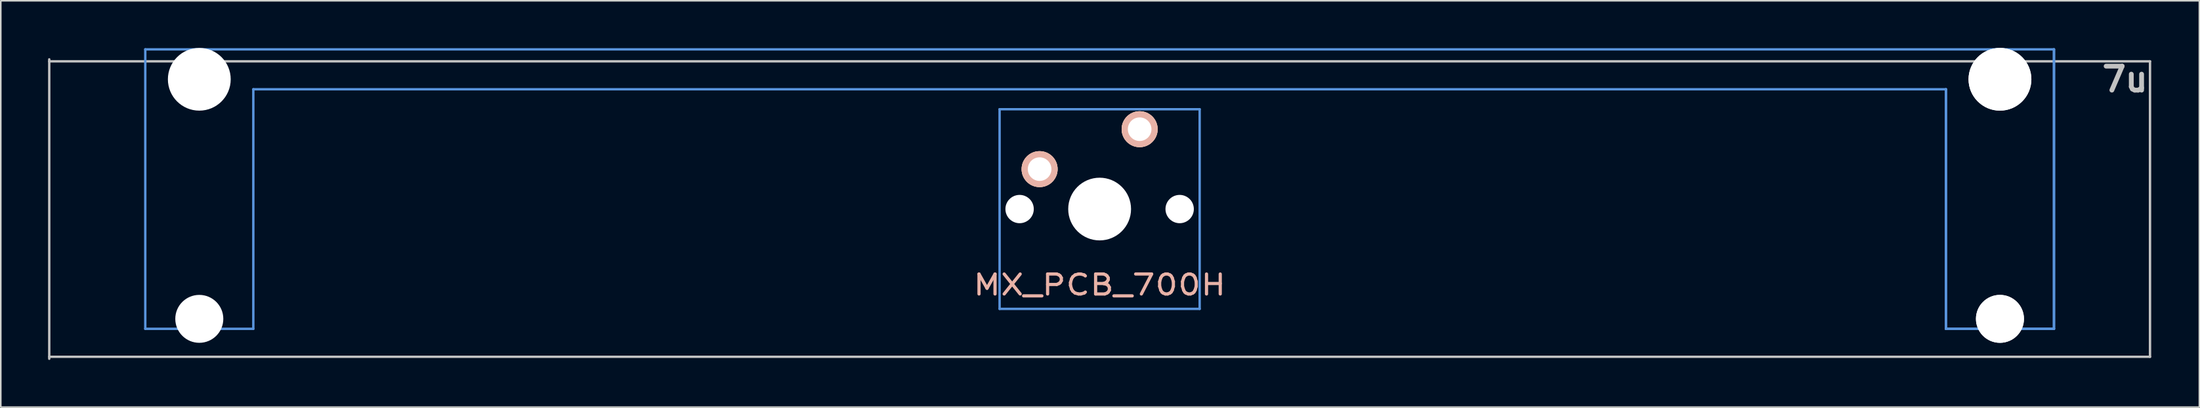
<source format=kicad_pcb>
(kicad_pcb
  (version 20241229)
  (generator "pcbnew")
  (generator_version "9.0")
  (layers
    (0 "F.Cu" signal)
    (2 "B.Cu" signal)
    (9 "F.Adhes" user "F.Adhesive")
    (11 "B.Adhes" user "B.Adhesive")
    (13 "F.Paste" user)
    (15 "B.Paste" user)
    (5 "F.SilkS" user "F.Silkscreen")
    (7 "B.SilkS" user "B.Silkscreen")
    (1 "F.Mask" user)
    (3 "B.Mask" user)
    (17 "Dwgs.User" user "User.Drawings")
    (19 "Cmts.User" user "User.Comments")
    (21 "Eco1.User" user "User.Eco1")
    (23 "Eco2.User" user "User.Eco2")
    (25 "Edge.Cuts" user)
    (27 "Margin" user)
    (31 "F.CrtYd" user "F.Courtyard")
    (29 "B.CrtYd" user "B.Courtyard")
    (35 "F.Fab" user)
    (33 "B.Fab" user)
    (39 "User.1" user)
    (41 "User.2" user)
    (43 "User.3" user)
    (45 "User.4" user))
  (footprint "MX_PCB_700H"
    (layer "F.Cu")
    (at 66.751 10.249)
    (property "Reference" "MX_PCB_700H" (at 0 4.825 180) (layer "B.SilkS") (effects (font (size 1.27 1.524) (thickness 0.203))))
    (attr through_hole)
    (fp_line (start -66.675 -9.398) (end 66.675 -9.398) (stroke (width 0.152) (type solid)) (layer "Dwgs.User"))
    (fp_line (start -66.675 9.525) (end -66.675 -9.525) (stroke (width 0.15) (type solid)) (layer "Dwgs.User"))
    (fp_line (start 66.675 -9.398) (end 66.675 9.398) (stroke (width 0.152) (type solid)) (layer "Dwgs.User"))
    (fp_line (start 66.675 9.398) (end -66.675 9.398) (stroke (width 0.152) (type solid)) (layer "Dwgs.User"))
    (fp_line (start -60.579 -10.16) (end -60.579 7.62) (stroke (width 0.152) (type solid)) (layer "Cmts.User"))
    (fp_line (start -60.579 7.62) (end -53.721 7.62) (stroke (width 0.152) (type solid)) (layer "Cmts.User"))
    (fp_line (start -53.721 -7.62) (end 53.721 -7.62) (stroke (width 0.152) (type solid)) (layer "Cmts.User"))
    (fp_line (start -53.721 7.62) (end -53.721 -7.62) (stroke (width 0.152) (type solid)) (layer "Cmts.User"))
    (fp_line (start -6.35 -6.35) (end 6.35 -6.35) (stroke (width 0.152) (type solid)) (layer "Cmts.User"))
    (fp_line (start -6.35 6.35) (end -6.35 -6.35) (stroke (width 0.152) (type solid)) (layer "Cmts.User"))
    (fp_line (start 6.35 -6.35) (end 6.35 6.35) (stroke (width 0.152) (type solid)) (layer "Cmts.User"))
    (fp_line (start 6.35 6.35) (end -6.35 6.35) (stroke (width 0.152) (type solid)) (layer "Cmts.User"))
    (fp_line (start 53.721 -7.62) (end 53.721 7.62) (stroke (width 0.152) (type solid)) (layer "Cmts.User"))
    (fp_line (start 53.721 -7.62) (end 53.721 7.62) (stroke (width 0.152) (type solid)) (layer "Cmts.User"))
    (fp_line (start 53.721 7.62) (end 60.579 7.62) (stroke (width 0.152) (type solid)) (layer "Cmts.User"))
    (fp_line (start 53.721 7.62) (end 60.579 7.62) (stroke (width 0.152) (type solid)) (layer "Cmts.User"))
    (fp_line (start 60.579 -10.16) (end -60.579 -10.16) (stroke (width 0.152) (type solid)) (layer "Cmts.User"))
    (fp_line (start 60.579 7.62) (end 60.579 -10.16) (stroke (width 0.152) (type solid)) (layer "Cmts.User"))
    (fp_line (start 60.579 7.62) (end 60.579 -10.16) (stroke (width 0.152) (type solid)) (layer "Cmts.User"))
    (fp_line (start -61.341 -0.508) (end -60.477 -0.508) (stroke (width 0.152) (type solid)) (layer "Eco2.User"))
    (fp_line (start -61.341 2.286) (end -61.341 -0.508) (stroke (width 0.152) (type solid)) (layer "Eco2.User"))
    (fp_line (start -60.477 -6.604) (end -59.436 -6.604) (stroke (width 0.152) (type solid)) (layer "Eco2.User"))
    (fp_line (start -60.477 -0.508) (end -60.477 -6.604) (stroke (width 0.152) (type solid)) (layer "Eco2.User"))
    (fp_line (start -60.477 2.286) (end -61.341 2.286) (stroke (width 0.152) (type solid)) (layer "Eco2.User"))
    (fp_line (start -60.477 5.69) (end -60.477 2.286) (stroke (width 0.152) (type solid)) (layer "Eco2.User"))
    (fp_line (start -59.436 -7.772) (end -54.864 -7.772) (stroke (width 0.152) (type solid)) (layer "Eco2.User"))
    (fp_line (start -59.436 -6.604) (end -59.436 -7.772) (stroke (width 0.152) (type solid)) (layer "Eco2.User"))
    (fp_line (start -54.864 -7.772) (end -54.864 -6.604) (stroke (width 0.152) (type solid)) (layer "Eco2.User"))
    (fp_line (start -54.864 -6.604) (end -53.823 -6.604) (stroke (width 0.152) (type solid)) (layer "Eco2.User"))
    (fp_line (start -53.823 -6.604) (end -53.823 -2.286) (stroke (width 0.152) (type solid)) (layer "Eco2.User"))
    (fp_line (start -53.823 -2.286) (end -6.985 -2.286) (stroke (width 0.152) (type solid)) (layer "Eco2.User"))
    (fp_line (start -53.823 2.286) (end -53.823 5.69) (stroke (width 0.152) (type solid)) (layer "Eco2.User"))
    (fp_line (start -53.823 5.69) (end -60.477 5.69) (stroke (width 0.152) (type solid)) (layer "Eco2.User"))
    (fp_line (start -6.985 -6.985) (end 6.985 -6.985) (stroke (width 0.152) (type solid)) (layer "Eco2.User"))
    (fp_line (start -6.985 -2.286) (end -6.985 -6.985) (stroke (width 0.152) (type solid)) (layer "Eco2.User"))
    (fp_line (start -6.985 2.286) (end -53.823 2.286) (stroke (width 0.152) (type solid)) (layer "Eco2.User"))
    (fp_line (start -6.985 6.985) (end -6.985 2.286) (stroke (width 0.152) (type solid)) (layer "Eco2.User"))
    (fp_line (start 6.985 -6.985) (end 6.985 -2.286) (stroke (width 0.152) (type solid)) (layer "Eco2.User"))
    (fp_line (start 6.985 -2.286) (end 53.823 -2.286) (stroke (width 0.152) (type solid)) (layer "Eco2.User"))
    (fp_line (start 6.985 2.286) (end 6.985 6.985) (stroke (width 0.152) (type solid)) (layer "Eco2.User"))
    (fp_line (start 6.985 6.985) (end -6.985 6.985) (stroke (width 0.152) (type solid)) (layer "Eco2.User"))
    (fp_line (start 53.823 -6.604) (end 54.864 -6.604) (stroke (width 0.152) (type solid)) (layer "Eco2.User"))
    (fp_line (start 53.823 -6.604) (end 54.864 -6.604) (stroke (width 0.152) (type solid)) (layer "Eco2.User"))
    (fp_line (start 53.823 -2.286) (end 53.823 -6.604) (stroke (width 0.152) (type solid)) (layer "Eco2.User"))
    (fp_line (start 53.823 -2.286) (end 53.823 -6.604) (stroke (width 0.152) (type solid)) (layer "Eco2.User"))
    (fp_line (start 53.823 2.286) (end 6.985 2.286) (stroke (width 0.152) (type solid)) (layer "Eco2.User"))
    (fp_line (start 53.823 5.69) (end 53.823 2.286) (stroke (width 0.152) (type solid)) (layer "Eco2.User"))
    (fp_line (start 53.823 5.69) (end 53.823 2.286) (stroke (width 0.152) (type solid)) (layer "Eco2.User"))
    (fp_line (start 54.864 -7.772) (end 59.436 -7.772) (stroke (width 0.152) (type solid)) (layer "Eco2.User"))
    (fp_line (start 54.864 -7.772) (end 59.436 -7.772) (stroke (width 0.152) (type solid)) (layer "Eco2.User"))
    (fp_line (start 54.864 -6.604) (end 54.864 -7.772) (stroke (width 0.152) (type solid)) (layer "Eco2.User"))
    (fp_line (start 54.864 -6.604) (end 54.864 -7.772) (stroke (width 0.152) (type solid)) (layer "Eco2.User"))
    (fp_line (start 59.436 -7.772) (end 59.436 -6.604) (stroke (width 0.152) (type solid)) (layer "Eco2.User"))
    (fp_line (start 59.436 -7.772) (end 59.436 -6.604) (stroke (width 0.152) (type solid)) (layer "Eco2.User"))
    (fp_line (start 59.436 -6.604) (end 60.477 -6.604) (stroke (width 0.152) (type solid)) (layer "Eco2.User"))
    (fp_line (start 59.436 -6.604) (end 60.477 -6.604) (stroke (width 0.152) (type solid)) (layer "Eco2.User"))
    (fp_line (start 60.477 -6.604) (end 60.477 -0.508) (stroke (width 0.152) (type solid)) (layer "Eco2.User"))
    (fp_line (start 60.477 -6.604) (end 60.477 -0.508) (stroke (width 0.152) (type solid)) (layer "Eco2.User"))
    (fp_line (start 60.477 -0.508) (end 61.341 -0.508) (stroke (width 0.152) (type solid)) (layer "Eco2.User"))
    (fp_line (start 60.477 2.286) (end 60.477 5.69) (stroke (width 0.152) (type solid)) (layer "Eco2.User"))
    (fp_line (start 60.477 2.286) (end 60.477 5.69) (stroke (width 0.152) (type solid)) (layer "Eco2.User"))
    (fp_line (start 60.477 5.69) (end 53.823 5.69) (stroke (width 0.152) (type solid)) (layer "Eco2.User"))
    (fp_line (start 60.477 5.69) (end 53.823 5.69) (stroke (width 0.152) (type solid)) (layer "Eco2.User"))
    (fp_line (start 61.341 -0.508) (end 61.341 2.286) (stroke (width 0.152) (type solid)) (layer "Eco2.User"))
    (fp_line (start 61.341 2.286) (end 60.477 2.286) (stroke (width 0.152) (type solid)) (layer "Eco2.User"))
    (fp_text user "7u" (at 65.088 -8.255 180) (layer "Dwgs.User") (effects (font (size 1.524 1.524) (thickness 0.305))))
    (pad "" np_thru_hole circle (at -57.15 -8.255 180) (size 3.988 3.988) (drill 3.988) (layers "*.Cu"))
    (pad "" np_thru_hole circle (at -57.15 6.985 180) (size 3.048 3.048) (drill 3.048) (layers "*.Cu"))
    (pad "" np_thru_hole circle (at -5.08 0 180) (size 1.8 1.8) (drill 1.8) (layers "*.Cu"))
    (pad "" np_thru_hole circle (at 0 0 180) (size 3.988 3.988) (drill 3.988) (layers "*.Cu"))
    (pad "" np_thru_hole circle (at 5.08 0 180) (size 1.8 1.8) (drill 1.8) (layers "*.Cu"))
    (pad "" np_thru_hole circle (at 57.15 -8.255 180) (size 3.988 3.988) (drill 3.988) (layers "*.Cu"))
    (pad "" np_thru_hole circle (at 57.15 -8.255 180) (size 3.988 3.988) (drill 3.988) (layers "*.Cu"))
    (pad "" np_thru_hole circle (at 57.15 6.985 180) (size 3.048 3.048) (drill 3.048) (layers "*.Cu"))
    (pad "" np_thru_hole circle (at 57.15 6.985 180) (size 3.048 3.048) (drill 3.048) (layers "*.Cu"))
    (pad "1" thru_hole circle (at 2.54 -5.08) (size 2.286 2.286) (drill 1.499) (layers "*.Cu" "*.SilkS" "*.Mask"))
    (pad "2" thru_hole circle (at -3.81 -2.54) (size 2.286 2.286) (drill 1.499) (layers "*.Cu" "*.SilkS" "*.Mask")))
  (gr_rect
    (start -3 -3)
    (end 136.559 22.849)
    (stroke (width 0.1) (type default))
    (fill no)
    (layer "Edge.Cuts")))
</source>
